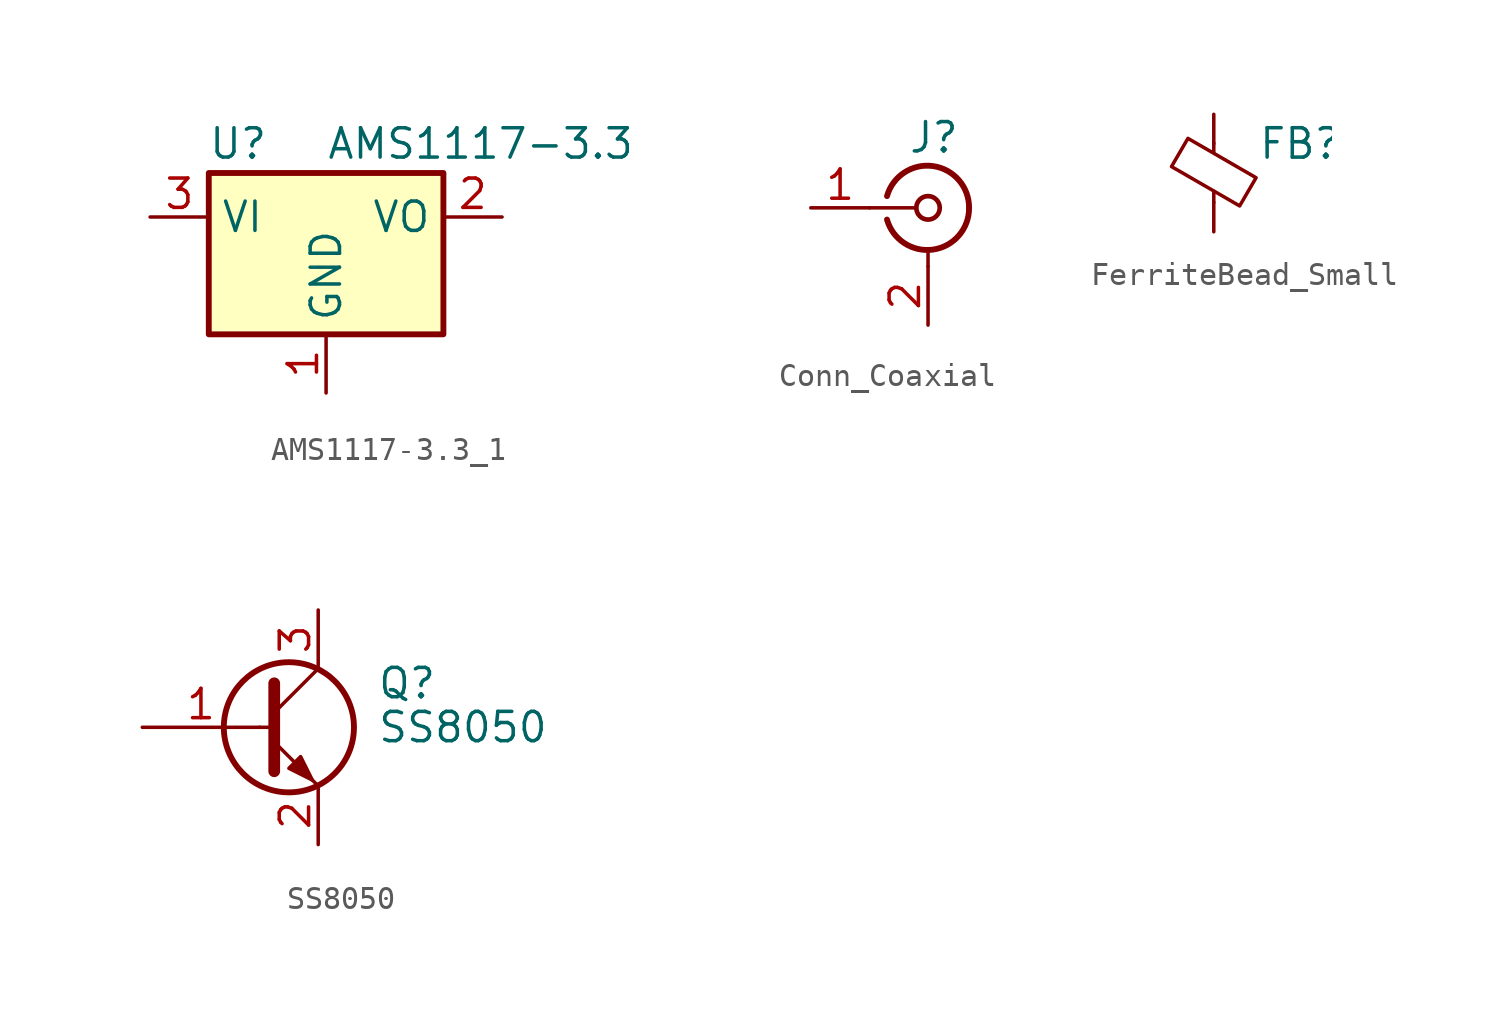
<source format=kicad_sym>
(kicad_symbol_lib
  (version 20231120)
  (generator "kicad_symbol_editor")
  (generator_version "8.0")
  (symbol "AMS1117-3.3_1"
    (property "Reference" "U"
      (at -3.81 3.175 0)
      (effects (font (size 1.27 1.27))))
    (property "Value" "AMS1117-3.3"
      (at 0 3.175 0)
      (effects (font (size 1.27 1.27)) (justify left)))
    (symbol "AMS1117-3.3_1_0_1"
      (rectangle (start -5.08 -5.08) (end 5.08 1.905) (stroke (width 0.254) (type default)) (fill (type background))))
    (symbol "AMS1117-3.3_1_1_1"
      (pin power_in line (at 0 -7.62 90) (length 2.54) (name "GND" (effects (font (size 1.27 1.27)))) (number "1" (effects (font (size 1.27 1.27)))))
      (pin power_out line (at 7.62 0 180) (length 2.54) (name "VO" (effects (font (size 1.27 1.27)))) (number "2" (effects (font (size 1.27 1.27)))))
      (pin power_in line (at -7.62 0 0) (length 2.54) (name "VI" (effects (font (size 1.27 1.27)))) (number "3" (effects (font (size 1.27 1.27)))))))
  (symbol "Conn_Coaxial"
    (pin_names
      (offset 1.016) hide)
    (property "Reference" "J"
      (at 0.254 3.048 0)
      (effects (font (size 1.27 1.27))))
    (symbol "Conn_Coaxial_0_1"
      (arc (start -1.778 -0.508) (mid 0.2311 -1.8066) (end 1.778 0) (stroke (width 0.254) (type default)) (fill (type none)))
      (polyline (pts (xy -2.54 0) (xy -0.508 0)) (stroke (width 0) (type default)) (fill (type none)))
      (polyline (pts (xy 0 -2.54) (xy 0 -1.778)) (stroke (width 0) (type default)) (fill (type none)))
      (circle (center 0 0) (radius 0.508) (stroke (width 0.203) (type default)) (fill (type none)))
      (arc (start 1.778 0) (mid 0.2099 1.8101) (end -1.778 0.508) (stroke (width 0.254) (type default)) (fill (type none))))
    (symbol "Conn_Coaxial_1_1"
      (pin passive line (at -5.08 0 0) (length 2.54) (name "In" (effects (font (size 1.27 1.27)))) (number "1" (effects (font (size 1.27 1.27)))))
      (pin passive line (at 0 -5.08 90) (length 2.54) (name "Ext" (effects (font (size 1.27 1.27)))) (number "2" (effects (font (size 1.27 1.27)))))))
  (symbol "FerriteBead_Small"
    (pin_numbers hide)
    (pin_names
      (offset 0))
    (property "Reference" "FB"
      (at 1.905 1.27 0)
      (effects (font (size 1.27 1.27)) (justify left)))
    (symbol "FerriteBead_Small_0_1"
      (polyline (pts (xy 0 -1.27) (xy 0 -0.787)) (stroke (width 0) (type default)) (fill (type none)))
      (polyline (pts (xy 0 0.889) (xy 0 1.295)) (stroke (width 0) (type default)) (fill (type none)))
      (polyline (pts (xy -1.829 0.279) (xy -1.118 1.499) (xy 1.829 -0.203) (xy 1.118 -1.422) (xy -1.829 0.279)) (stroke (width 0) (type default)) (fill (type none))))
    (symbol "FerriteBead_Small_1_1"
      (pin passive line (at 0 2.54 270) (length 1.27) (name "~" (effects (font (size 1.27 1.27)))) (number "1" (effects (font (size 1.27 1.27)))))
      (pin passive line (at 0 -2.54 90) (length 1.27) (name "~" (effects (font (size 1.27 1.27)))) (number "2" (effects (font (size 1.27 1.27)))))))
  (symbol "SS8050"
    (pin_names
      (offset 0) hide)
    (property "Reference" "Q"
      (at 5.08 1.905 0)
      (effects (font (size 1.27 1.27)) (justify left)))
    (property "Value" "SS8050"
      (at 5.08 0 0)
      (effects (font (size 1.27 1.27)) (justify left)))
    (symbol "SS8050_0_1"
      (polyline (pts (xy 0 0) (xy 0.635 0)) (stroke (width 0) (type default)) (fill (type none)))
      (polyline (pts (xy 0.635 0.635) (xy 2.54 2.54)) (stroke (width 0) (type default)) (fill (type none)))
      (polyline (pts (xy 0.635 -0.635) (xy 2.54 -2.54) (xy 2.54 -2.54)) (stroke (width 0) (type default)) (fill (type none)))
      (polyline (pts (xy 0.635 1.905) (xy 0.635 -1.905) (xy 0.635 -1.905)) (stroke (width 0.508) (type default)) (fill (type none)))
      (polyline (pts (xy 1.27 -1.778) (xy 1.778 -1.27) (xy 2.286 -2.286) (xy 1.27 -1.778) (xy 1.27 -1.778)) (stroke (width 0) (type default)) (fill (type outline)))
      (circle (center 1.27 0) (radius 2.819) (stroke (width 0.254) (type default)) (fill (type none))))
    (symbol "SS8050_1_1"
      (pin input line (at -5.08 0 0) (length 5.08) (name "B" (effects (font (size 1.27 1.27)))) (number "1" (effects (font (size 1.27 1.27)))))
      (pin passive line (at 2.54 -5.08 90) (length 2.54) (name "E" (effects (font (size 1.27 1.27)))) (number "2" (effects (font (size 1.27 1.27)))))
      (pin passive line (at 2.54 5.08 270) (length 2.54) (name "C" (effects (font (size 1.27 1.27)))) (number "3" (effects (font (size 1.27 1.27))))))))
</source>
